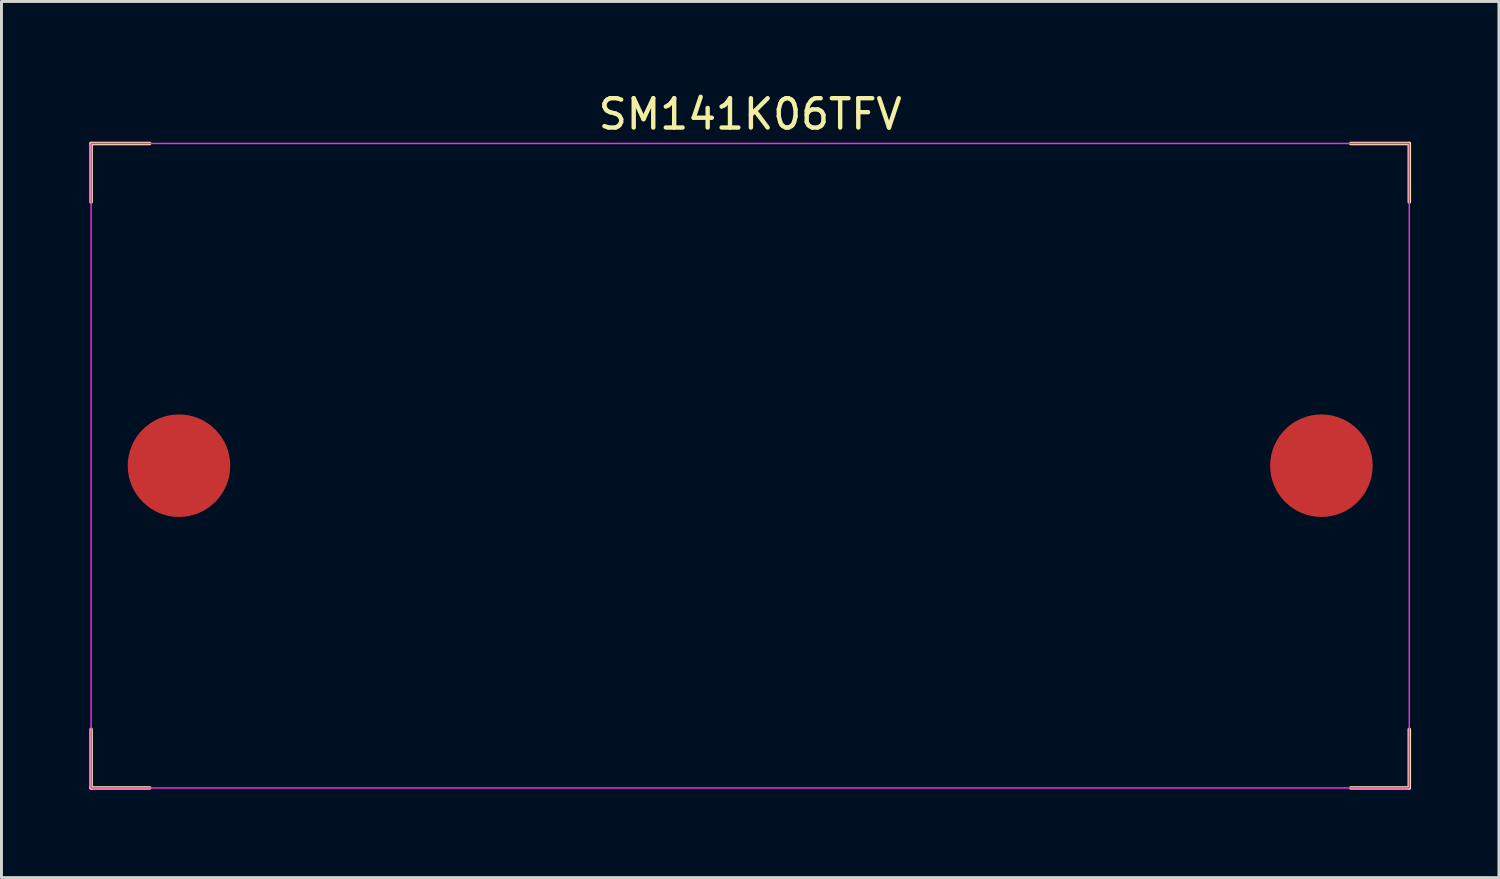
<source format=kicad_pcb>
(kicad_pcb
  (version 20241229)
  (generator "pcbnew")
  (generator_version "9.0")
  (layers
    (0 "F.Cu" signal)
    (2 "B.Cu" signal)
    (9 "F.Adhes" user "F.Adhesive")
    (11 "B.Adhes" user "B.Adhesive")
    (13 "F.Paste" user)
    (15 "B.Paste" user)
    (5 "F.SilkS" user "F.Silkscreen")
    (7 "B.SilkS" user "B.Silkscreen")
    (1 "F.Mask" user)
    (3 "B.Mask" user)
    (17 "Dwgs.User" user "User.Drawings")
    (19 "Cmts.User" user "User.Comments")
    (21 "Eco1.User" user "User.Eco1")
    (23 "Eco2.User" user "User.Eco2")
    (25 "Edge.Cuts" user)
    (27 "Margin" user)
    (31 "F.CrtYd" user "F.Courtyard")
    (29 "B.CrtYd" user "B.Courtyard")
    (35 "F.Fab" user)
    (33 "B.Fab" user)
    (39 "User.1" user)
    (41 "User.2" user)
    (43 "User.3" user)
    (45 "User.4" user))
  (footprint "SM141K06TFV"
    (layer "F.Cu")
    (at 22.56 12.848)
    (property "Reference" "SM141K06TFV" (at 0 -12 0) (unlocked yes) (layer "F.SilkS") (effects (font (size 1 1) (thickness 0.15))))
    (attr smd)
    (fp_line (start -22.5 -11) (end -22.5 -9) (stroke (width 0.12) (type solid)) (layer "F.SilkS"))
    (fp_line (start -22.5 -11) (end -20.5 -11) (stroke (width 0.12) (type solid)) (layer "F.SilkS"))
    (fp_line (start -22.5 11) (end -22.5 9) (stroke (width 0.12) (type solid)) (layer "F.SilkS"))
    (fp_line (start -22.5 11) (end -20.5 11) (stroke (width 0.12) (type solid)) (layer "F.SilkS"))
    (fp_line (start 22.5 -11) (end 20.5 -11) (stroke (width 0.12) (type solid)) (layer "F.SilkS"))
    (fp_line (start 22.5 -11) (end 22.5 -9) (stroke (width 0.12) (type solid)) (layer "F.SilkS"))
    (fp_line (start 22.5 11) (end 20.5 11) (stroke (width 0.12) (type solid)) (layer "F.SilkS"))
    (fp_line (start 22.5 11) (end 22.5 9) (stroke (width 0.12) (type solid)) (layer "F.SilkS"))
    (fp_rect (start -22.5 -11) (end 22.5 11) (stroke (width 0.05) (type solid)) (fill no) (layer "F.CrtYd"))
    (pad "0" smd circle (at -19.5 0) (size 3.5 3.5) (layers "F.Cu" "F.Mask" "F.Paste"))
    (pad "1" smd circle (at 19.5 0) (size 3.5 3.5) (layers "F.Cu" "F.Mask" "F.Paste")))
  (gr_rect
    (start -3 -3)
    (end 48.12 26.908)
    (stroke (width 0.1) (type default))
    (fill no)
    (layer "Edge.Cuts")))
</source>
